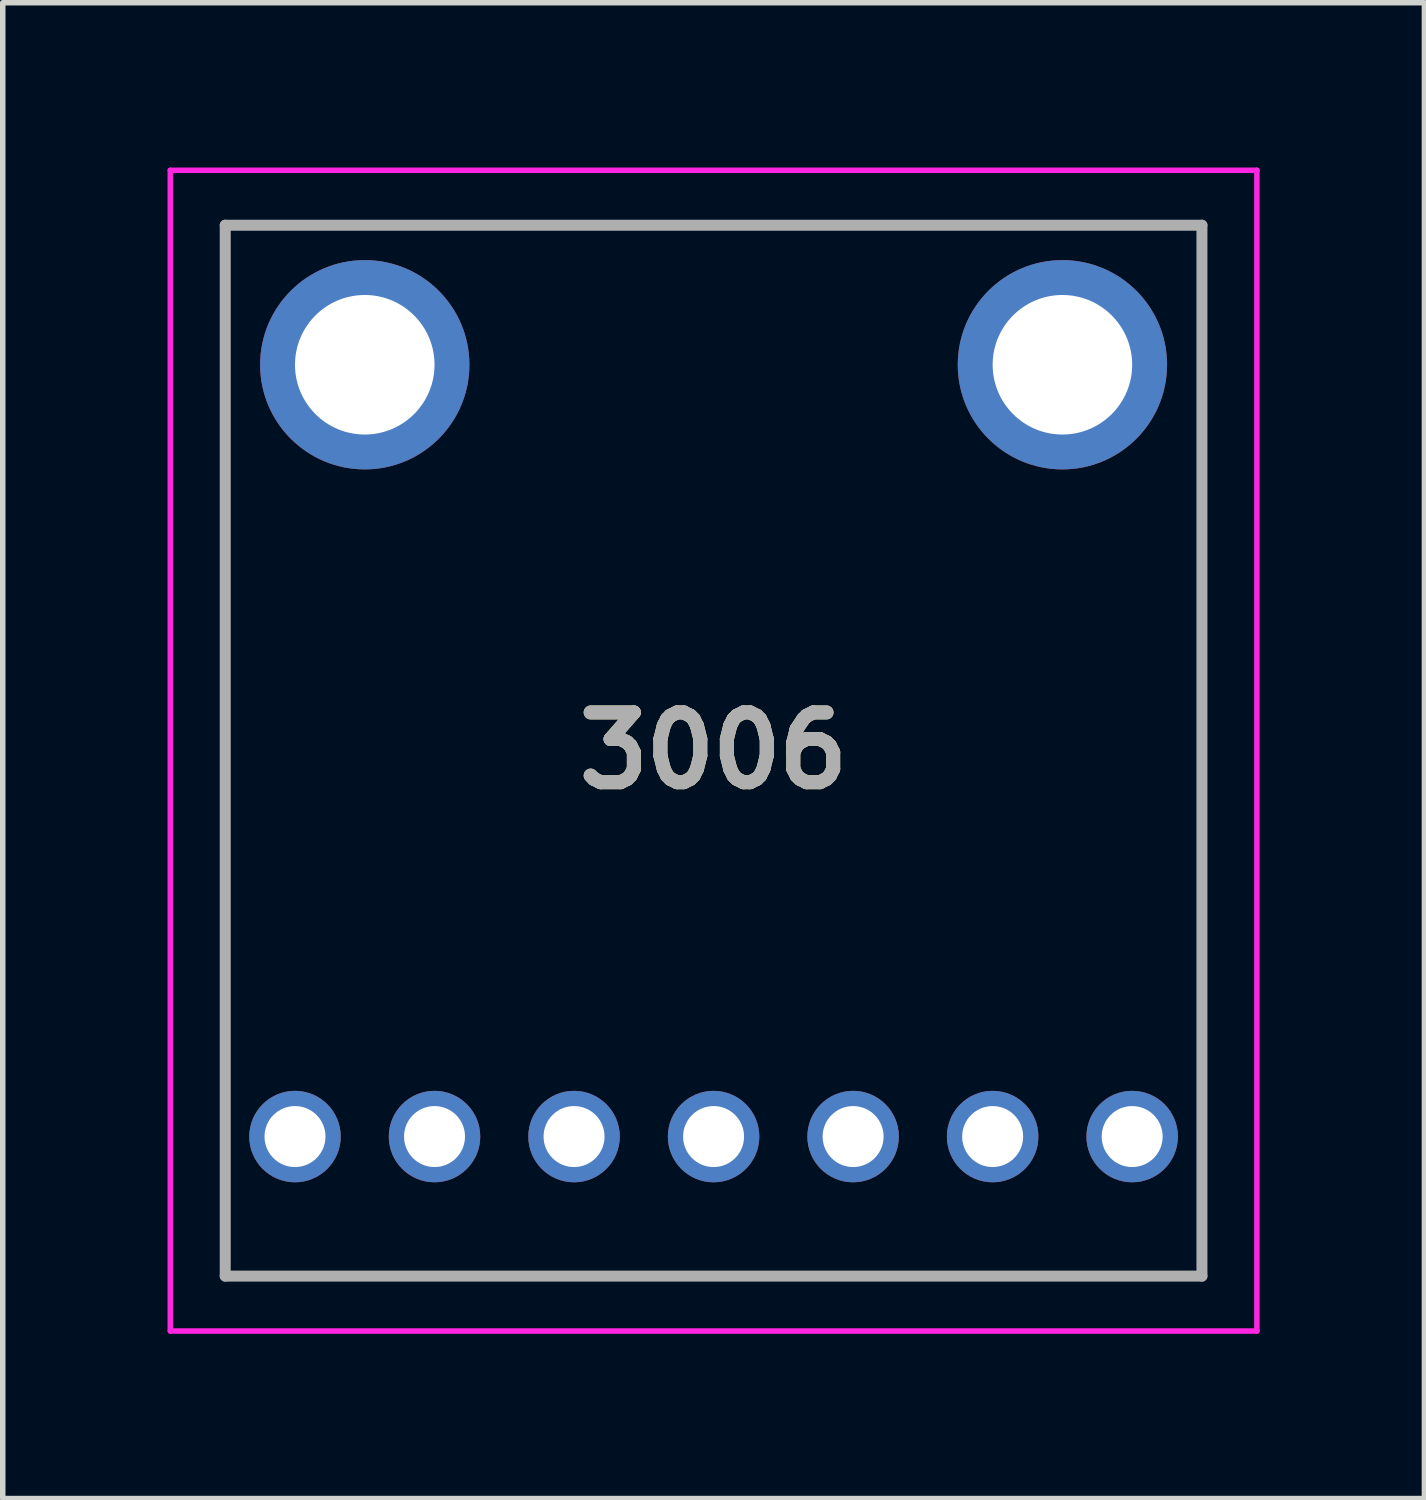
<source format=kicad_pcb>
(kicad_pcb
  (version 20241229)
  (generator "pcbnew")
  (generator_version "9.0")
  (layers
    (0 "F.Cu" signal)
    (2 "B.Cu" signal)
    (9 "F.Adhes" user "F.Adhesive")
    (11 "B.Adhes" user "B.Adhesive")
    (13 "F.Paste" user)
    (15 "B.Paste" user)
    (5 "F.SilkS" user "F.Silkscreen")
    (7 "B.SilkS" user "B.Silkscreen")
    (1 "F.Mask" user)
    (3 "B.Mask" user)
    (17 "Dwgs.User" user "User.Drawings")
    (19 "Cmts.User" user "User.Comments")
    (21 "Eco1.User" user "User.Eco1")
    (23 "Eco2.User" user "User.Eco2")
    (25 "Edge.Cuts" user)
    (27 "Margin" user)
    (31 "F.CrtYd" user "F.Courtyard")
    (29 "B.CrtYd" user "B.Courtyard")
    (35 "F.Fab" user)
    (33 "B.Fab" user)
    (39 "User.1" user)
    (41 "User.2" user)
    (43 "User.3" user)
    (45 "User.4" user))
  (footprint "3006"
    (layer "F.Cu")
    (at 9.94 20.1)
    (property "Reference" "3006" (at 0 -9.485 0) (layer "F.SilkS") (effects (font (size 1.27 1.27) (thickness 0.254))))
    (attr through_hole)
    (fp_line (start -8.89 -19.05) (end 8.89 -19.05) (stroke (width 0.1) (type solid)) (layer "F.SilkS"))
    (fp_line (start -8.89 0.08) (end -8.89 -19.05) (stroke (width 0.1) (type solid)) (layer "F.SilkS"))
    (fp_line (start 8.89 -19.05) (end 8.89 0.08) (stroke (width 0.1) (type solid)) (layer "F.SilkS"))
    (fp_line (start 8.89 0.08) (end -8.89 0.08) (stroke (width 0.1) (type solid)) (layer "F.SilkS"))
    (fp_line (start -9.89 -20.05) (end 9.89 -20.05) (stroke (width 0.1) (type solid)) (layer "F.CrtYd"))
    (fp_line (start -9.89 1.08) (end -9.89 -20.05) (stroke (width 0.1) (type solid)) (layer "F.CrtYd"))
    (fp_line (start 9.89 -20.05) (end 9.89 1.08) (stroke (width 0.1) (type solid)) (layer "F.CrtYd"))
    (fp_line (start 9.89 1.08) (end -9.89 1.08) (stroke (width 0.1) (type solid)) (layer "F.CrtYd"))
    (fp_line (start -8.89 -19.05) (end 8.89 -19.05) (stroke (width 0.2) (type solid)) (layer "F.Fab"))
    (fp_line (start -8.89 0.08) (end -8.89 -19.05) (stroke (width 0.2) (type solid)) (layer "F.Fab"))
    (fp_line (start 8.89 -19.05) (end 8.89 0.08) (stroke (width 0.2) (type solid)) (layer "F.Fab"))
    (fp_line (start 8.89 0.08) (end -8.89 0.08) (stroke (width 0.2) (type solid)) (layer "F.Fab"))
    (fp_text user "${REFERENCE}" (at 0 -9.485 0) (layer "F.Fab") (effects (font (size 1.27 1.27) (thickness 0.254))))
    (pad "1" thru_hole circle (at -7.62 -2.46) (size 1.665 1.665) (drill 1.11) (layers "*.Cu" "*.Mask"))
    (pad "2" thru_hole circle (at -5.08 -2.46) (size 1.665 1.665) (drill 1.11) (layers "*.Cu" "*.Mask"))
    (pad "3" thru_hole circle (at -2.54 -2.46) (size 1.665 1.665) (drill 1.11) (layers "*.Cu" "*.Mask"))
    (pad "4" thru_hole circle (at 0 -2.46) (size 1.665 1.665) (drill 1.11) (layers "*.Cu" "*.Mask"))
    (pad "5" thru_hole circle (at 2.54 -2.46) (size 1.665 1.665) (drill 1.11) (layers "*.Cu" "*.Mask"))
    (pad "6" thru_hole circle (at 5.08 -2.46) (size 1.665 1.665) (drill 1.11) (layers "*.Cu" "*.Mask"))
    (pad "7" thru_hole circle (at 7.62 -2.46) (size 1.665 1.665) (drill 1.11) (layers "*.Cu" "*.Mask"))
    (pad "8" thru_hole circle (at -6.35 -16.51) (size 3.81 3.81) (drill 2.54) (layers "*.Cu" "*.Mask"))
    (pad "9" thru_hole circle (at 6.35 -16.51) (size 3.81 3.81) (drill 2.54) (layers "*.Cu" "*.Mask")))
  (gr_rect
    (start -3 -3)
    (end 22.88 24.23)
    (stroke (width 0.1) (type default))
    (fill no)
    (layer "Edge.Cuts")))
</source>
